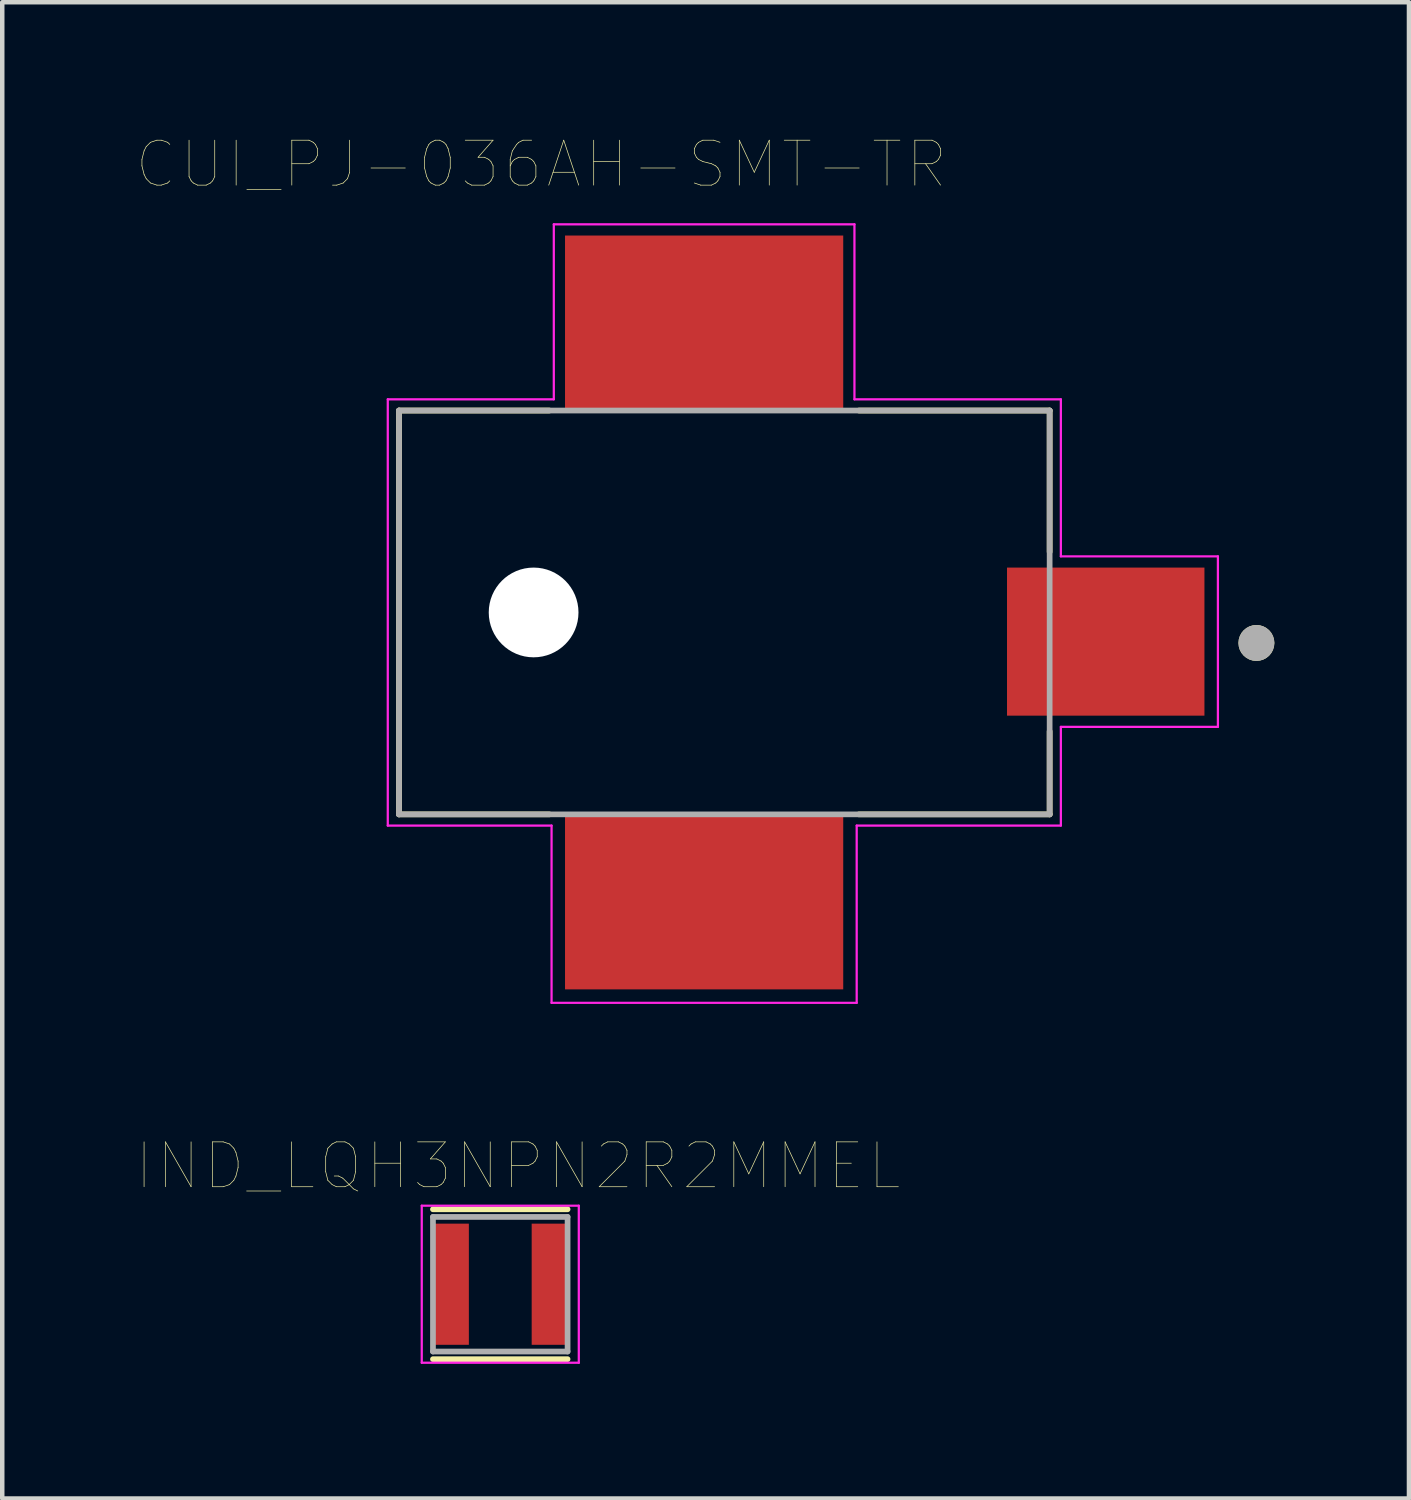
<source format=kicad_pcb>
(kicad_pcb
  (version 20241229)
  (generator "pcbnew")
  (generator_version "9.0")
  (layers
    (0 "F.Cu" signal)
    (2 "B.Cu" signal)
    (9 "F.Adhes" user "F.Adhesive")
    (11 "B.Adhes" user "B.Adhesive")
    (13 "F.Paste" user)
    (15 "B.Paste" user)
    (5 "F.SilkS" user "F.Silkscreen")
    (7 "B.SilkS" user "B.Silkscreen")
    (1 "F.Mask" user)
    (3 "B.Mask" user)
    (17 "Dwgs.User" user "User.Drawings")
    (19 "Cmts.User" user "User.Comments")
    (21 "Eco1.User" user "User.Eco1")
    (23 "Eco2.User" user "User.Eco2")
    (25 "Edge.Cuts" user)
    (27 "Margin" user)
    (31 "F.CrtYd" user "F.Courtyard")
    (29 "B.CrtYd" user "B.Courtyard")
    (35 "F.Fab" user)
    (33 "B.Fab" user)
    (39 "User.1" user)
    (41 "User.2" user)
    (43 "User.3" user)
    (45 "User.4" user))
  (footprint "IND_LQH3NPN2R2MMEL"
    (layer "F.Cu")
    (at 8.099 25.57)
    (property "Reference" "IND_LQH3NPN2R2MMEL" (at 0.395 -2.635 0) (layer "F.SilkS") (effects (font (size 1 1) (thickness 0.015))))
    (attr smd)
    (fp_line (start -1.5 -1.67) (end 1.5 -1.67) (stroke (width 0.127) (type solid)) (layer "F.SilkS"))
    (fp_line (start -1.5 1.67) (end 1.5 1.67) (stroke (width 0.127) (type solid)) (layer "F.SilkS"))
    (fp_line (start -1.75 -1.75) (end 1.75 -1.75) (stroke (width 0.05) (type solid)) (layer "F.CrtYd"))
    (fp_line (start -1.75 1.75) (end -1.75 -1.75) (stroke (width 0.05) (type solid)) (layer "F.CrtYd"))
    (fp_line (start 1.75 -1.75) (end 1.75 1.75) (stroke (width 0.05) (type solid)) (layer "F.CrtYd"))
    (fp_line (start 1.75 1.75) (end -1.75 1.75) (stroke (width 0.05) (type solid)) (layer "F.CrtYd"))
    (fp_line (start -1.5 -1.5) (end 1.5 -1.5) (stroke (width 0.127) (type solid)) (layer "F.Fab"))
    (fp_line (start -1.5 1.5) (end -1.5 -1.5) (stroke (width 0.127) (type solid)) (layer "F.Fab"))
    (fp_line (start 1.5 -1.5) (end 1.5 1.5) (stroke (width 0.127) (type solid)) (layer "F.Fab"))
    (fp_line (start 1.5 1.5) (end -1.5 1.5) (stroke (width 0.127) (type solid)) (layer "F.Fab"))
    (pad "1" smd rect (at -1.1 0) (size 0.8 2.7) (layers "F.Cu" "F.Mask" "F.Paste"))
    (pad "2" smd rect (at 1.1 0) (size 0.8 2.7) (layers "F.Cu" "F.Mask" "F.Paste")))
  (footprint "CUI_PJ-036AH-SMT-TR"
    (layer "F.Cu")
    (at 21.592 11.249)
    (property "Reference" "CUI_PJ-036AH-SMT-TR" (at -12.58 -10.636 0) (layer "F.SilkS") (effects (font (size 1.002 1.002) (thickness 0.015))))
    (attr through_hole)
    (fp_line (start -15.75 -5.15) (end -15.75 3.85) (stroke (width 0.127) (type solid)) (layer "F.SilkS"))
    (fp_line (start -15.75 3.85) (end -12.4 3.85) (stroke (width 0.127) (type solid)) (layer "F.SilkS"))
    (fp_line (start -12.4 -5.15) (end -15.75 -5.15) (stroke (width 0.127) (type solid)) (layer "F.SilkS"))
    (fp_line (start -5.5 3.85) (end -1.25 3.85) (stroke (width 0.127) (type solid)) (layer "F.SilkS"))
    (fp_line (start -1.25 -5.15) (end -5.5 -5.15) (stroke (width 0.127) (type solid)) (layer "F.SilkS"))
    (fp_line (start -1.25 -2) (end -1.25 -5.15) (stroke (width 0.127) (type solid)) (layer "F.SilkS"))
    (fp_line (start -1.25 3.85) (end -1.25 2) (stroke (width 0.127) (type solid)) (layer "F.SilkS"))
    (fp_circle (center 3.358 0.03) (end 3.558 0.03) (stroke (width 0.4) (type solid)) (fill no) (layer "F.SilkS"))
    (fp_line (start -16 -5.4) (end -16 4.1) (stroke (width 0.05) (type solid)) (layer "F.CrtYd"))
    (fp_line (start -16 4.1) (end -12.35 4.1) (stroke (width 0.05) (type solid)) (layer "F.CrtYd"))
    (fp_line (start -12.35 4.1) (end -12.35 8.05) (stroke (width 0.05) (type solid)) (layer "F.CrtYd"))
    (fp_line (start -12.35 8.05) (end -5.55 8.05) (stroke (width 0.05) (type solid)) (layer "F.CrtYd"))
    (fp_line (start -12.3 -9.3) (end -5.6 -9.3) (stroke (width 0.05) (type solid)) (layer "F.CrtYd"))
    (fp_line (start -12.3 -5.4) (end -16 -5.4) (stroke (width 0.05) (type solid)) (layer "F.CrtYd"))
    (fp_line (start -12.3 -5.4) (end -12.3 -9.3) (stroke (width 0.05) (type solid)) (layer "F.CrtYd"))
    (fp_line (start -5.6 -9.3) (end -5.6 -5.4) (stroke (width 0.05) (type solid)) (layer "F.CrtYd"))
    (fp_line (start -5.55 4.1) (end -1 4.1) (stroke (width 0.05) (type solid)) (layer "F.CrtYd"))
    (fp_line (start -5.55 8.05) (end -5.55 4.1) (stroke (width 0.05) (type solid)) (layer "F.CrtYd"))
    (fp_line (start -1 -5.4) (end -5.6 -5.4) (stroke (width 0.05) (type solid)) (layer "F.CrtYd"))
    (fp_line (start -1 -1.9) (end -1 -5.4) (stroke (width 0.05) (type solid)) (layer "F.CrtYd"))
    (fp_line (start -1 -1.9) (end 2.5 -1.9) (stroke (width 0.05) (type solid)) (layer "F.CrtYd"))
    (fp_line (start -1 4.1) (end -1 1.9) (stroke (width 0.05) (type solid)) (layer "F.CrtYd"))
    (fp_line (start 2.5 -1.9) (end 2.5 1.9) (stroke (width 0.05) (type solid)) (layer "F.CrtYd"))
    (fp_line (start 2.5 1.9) (end -1 1.9) (stroke (width 0.05) (type solid)) (layer "F.CrtYd"))
    (fp_line (start -15.75 -5.15) (end -15.75 3.85) (stroke (width 0.127) (type solid)) (layer "F.Fab"))
    (fp_line (start -15.75 3.85) (end -1.25 3.85) (stroke (width 0.127) (type solid)) (layer "F.Fab"))
    (fp_line (start -1.25 -5.15) (end -15.75 -5.15) (stroke (width 0.127) (type solid)) (layer "F.Fab"))
    (fp_line (start -1.25 3.85) (end -1.25 -5.15) (stroke (width 0.127) (type solid)) (layer "F.Fab"))
    (fp_circle (center 3.358 0.03) (end 3.558 0.03) (stroke (width 0.4) (type solid)) (fill no) (layer "F.Fab"))
    (pad "" np_thru_hole circle (at -12.75 -0.65) (size 2 2) (drill 2) (layers "*.Cu" "*.Mask"))
    (pad "1" smd rect (at 0 0) (size 4.4 3.3) (layers "F.Cu" "F.Mask" "F.Paste"))
    (pad "2" smd rect (at -8.95 -7.1) (size 6.2 3.9) (layers "F.Cu" "F.Mask" "F.Paste"))
    (pad "3" smd rect (at -8.95 5.8) (size 6.2 3.9) (layers "F.Cu" "F.Mask" "F.Paste")))
  (gr_rect
    (start -3 -3)
    (end 28.35 30.345)
    (stroke (width 0.1) (type default))
    (fill no)
    (layer "Edge.Cuts")))
</source>
